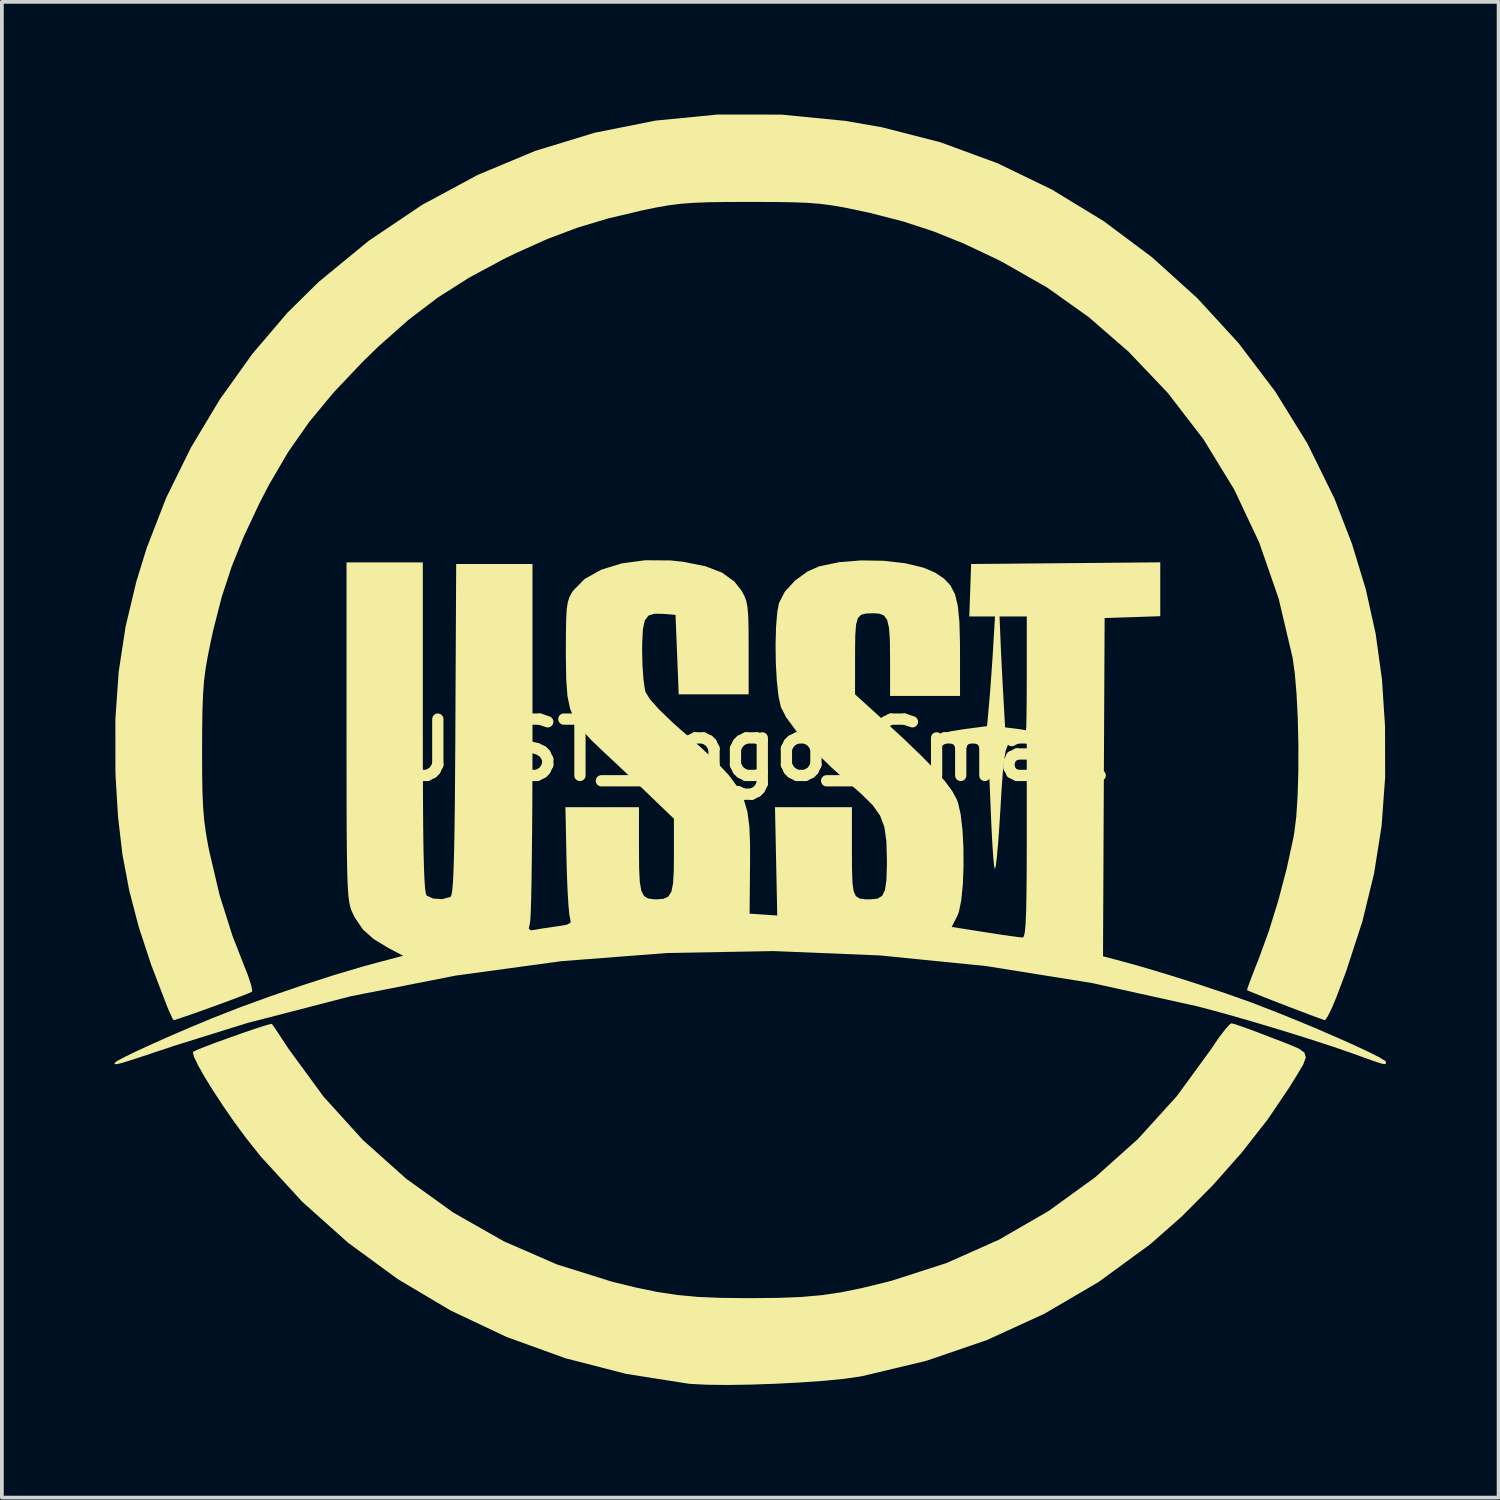
<source format=kicad_pcb>
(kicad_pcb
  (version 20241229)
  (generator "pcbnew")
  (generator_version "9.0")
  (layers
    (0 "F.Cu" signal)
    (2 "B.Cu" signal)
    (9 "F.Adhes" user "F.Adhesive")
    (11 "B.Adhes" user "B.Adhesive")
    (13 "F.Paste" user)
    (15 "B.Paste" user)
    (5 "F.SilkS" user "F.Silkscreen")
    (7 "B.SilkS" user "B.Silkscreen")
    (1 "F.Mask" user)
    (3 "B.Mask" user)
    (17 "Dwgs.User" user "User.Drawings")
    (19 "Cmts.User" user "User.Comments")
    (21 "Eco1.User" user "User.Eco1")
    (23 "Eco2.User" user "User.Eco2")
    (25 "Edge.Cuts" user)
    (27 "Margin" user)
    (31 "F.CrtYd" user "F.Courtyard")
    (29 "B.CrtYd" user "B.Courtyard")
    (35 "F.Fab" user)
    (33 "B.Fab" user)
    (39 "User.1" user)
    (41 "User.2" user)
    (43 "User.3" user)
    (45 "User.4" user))
  (footprint "USST_logo_Small"
    (layer "F.Cu")
    (at 16.933 16.926)
    (property "Reference" "USST_logo_Small" (at 0 0 0) (layer "F.SilkS") (effects (font (size 1.5 1.5) (thickness 0.3))))
    (attr board_only exclude_from_pos_files exclude_from_bom)
    (fp_poly (pts (xy 12.928 7.31) (xy 13.163 7.391) (xy 13.488 7.51) (xy 13.87 7.657) (xy 13.905 7.67) (xy 14.327 7.833) (xy 14.608 7.952) (xy 14.762 8.061) (xy 14.799 8.192) (xy 14.73 8.378) (xy 14.568 8.651) (xy 14.368 8.975) (xy 13.789 9.834) (xy 13.093 10.723) (xy 12.317 11.6) (xy 11.498 12.423) (xy 10.672 13.151) (xy 10.637 13.179) (xy 9.278 14.172) (xy 7.834 15.018) (xy 6.306 15.717) (xy 4.694 16.27) (xy 3 16.675) (xy 2.927 16.689) (xy 2.516 16.748) (xy 1.98 16.802) (xy 1.36 16.846) (xy 0.696 16.881) (xy 0.03 16.904) (xy -0.599 16.914) (xy -1.149 16.908) (xy -1.581 16.886) (xy -1.651 16.879) (xy -3.309 16.618) (xy -4.924 16.202) (xy -6.484 15.638) (xy -7.978 14.932) (xy -9.392 14.092) (xy -10.714 13.124) (xy -11.933 12.034) (xy -13.036 10.831) (xy -13.437 10.326) (xy -13.738 9.917) (xy -14.03 9.496) (xy -14.299 9.087) (xy -14.53 8.714) (xy -14.707 8.401) (xy -14.817 8.172) (xy -14.845 8.051) (xy -14.839 8.041) (xy -14.736 7.99) (xy -14.515 7.901) (xy -14.214 7.787) (xy -13.868 7.662) (xy -13.515 7.537) (xy -13.19 7.427) (xy -12.93 7.343) (xy -12.772 7.299) (xy -12.741 7.297) (xy -12.685 7.376) (xy -12.559 7.563) (xy -12.386 7.825) (xy -12.297 7.96) (xy -11.365 9.234) (xy -10.316 10.391) (xy -9.161 11.423) (xy -7.908 12.323) (xy -6.568 13.085) (xy -5.15 13.703) (xy -3.683 14.163) (xy -3.037 14.321) (xy -2.474 14.437) (xy -1.946 14.517) (xy -1.402 14.568) (xy -0.793 14.594) (xy -0.069 14.602) (xy 0 14.602) (xy 0.734 14.595) (xy 1.35 14.571) (xy 1.896 14.523) (xy 2.422 14.446) (xy 2.978 14.332) (xy 3.614 14.177) (xy 3.768 14.137) (xy 5.222 13.669) (xy 6.619 13.048) (xy 7.945 12.282) (xy 9.187 11.383) (xy 10.331 10.359) (xy 11.363 9.221) (xy 12.27 7.978) (xy 12.271 7.976) (xy 12.472 7.679) (xy 12.649 7.446) (xy 12.775 7.307) (xy 12.817 7.281)) (stroke (width 0) (type solid)) (fill yes) (layer "F.SilkS"))
    (fp_poly (pts (xy 0.826 -16.924) (xy 2.532 -16.756) (xy 3.509 -16.586) (xy 5.074 -16.184) (xy 6.586 -15.628) (xy 8.036 -14.926) (xy 9.413 -14.087) (xy 10.706 -13.121) (xy 11.906 -12.036) (xy 13.002 -10.843) (xy 13.983 -9.549) (xy 14.84 -8.165) (xy 15.561 -6.699) (xy 16.03 -5.486) (xy 16.397 -4.279) (xy 16.659 -3.097) (xy 16.827 -1.881) (xy 16.909 -0.631) (xy 16.912 0.73) (xy 16.817 2.024) (xy 16.617 3.291) (xy 16.305 4.569) (xy 15.873 5.897) (xy 15.614 6.583) (xy 15.493 6.872) (xy 15.387 7.088) (xy 15.316 7.193) (xy 15.307 7.197) (xy 15.216 7.168) (xy 15.005 7.091) (xy 14.71 6.98) (xy 14.368 6.849) (xy 14.015 6.713) (xy 13.689 6.585) (xy 13.427 6.48) (xy 13.265 6.412) (xy 13.232 6.396) (xy 13.255 6.318) (xy 13.329 6.116) (xy 13.442 5.822) (xy 13.553 5.542) (xy 13.813 4.829) (xy 14.064 4.017) (xy 14.286 3.175) (xy 14.461 2.373) (xy 14.492 2.201) (xy 14.546 1.765) (xy 14.581 1.203) (xy 14.6 0.555) (xy 14.601 -0.135) (xy 14.585 -0.826) (xy 14.553 -1.477) (xy 14.505 -2.044) (xy 14.447 -2.455) (xy 14.076 -4.03) (xy 13.557 -5.526) (xy 12.89 -6.94) (xy 12.078 -8.268) (xy 11.124 -9.508) (xy 10.076 -10.609) (xy 9.017 -11.529) (xy 7.912 -12.315) (xy 6.71 -13.001) (xy 6.562 -13.076) (xy 5.688 -13.488) (xy 4.88 -13.814) (xy 4.072 -14.078) (xy 3.2 -14.302) (xy 2.887 -14.37) (xy 2.51 -14.448) (xy 2.181 -14.505) (xy 1.866 -14.546) (xy 1.527 -14.573) (xy 1.129 -14.588) (xy 0.634 -14.596) (xy 0.007 -14.597) (xy 0 -14.597) (xy -0.629 -14.596) (xy -1.124 -14.589) (xy -1.524 -14.573) (xy -1.863 -14.547) (xy -2.178 -14.506) (xy -2.506 -14.449) (xy -2.883 -14.371) (xy -2.887 -14.37) (xy -3.788 -14.157) (xy -4.605 -13.911) (xy -5.404 -13.61) (xy -6.247 -13.231) (xy -6.562 -13.078) (xy -7.482 -12.584) (xy -8.314 -12.056) (xy -9.102 -11.457) (xy -9.893 -10.757) (xy -10.331 -10.331) (xy -11.099 -9.52) (xy -11.748 -8.736) (xy -12.309 -7.933) (xy -12.817 -7.066) (xy -13.078 -6.562) (xy -13.488 -5.688) (xy -13.813 -4.882) (xy -14.076 -4.079) (xy -14.297 -3.216) (xy -14.37 -2.887) (xy -14.448 -2.502) (xy -14.507 -2.165) (xy -14.548 -1.84) (xy -14.574 -1.489) (xy -14.59 -1.073) (xy -14.598 -0.556) (xy -14.6 -0.042) (xy -14.599 0.6) (xy -14.591 1.109) (xy -14.573 1.523) (xy -14.543 1.879) (xy -14.498 2.212) (xy -14.437 2.561) (xy -14.409 2.698) (xy -14.134 3.866) (xy -13.793 4.945) (xy -13.499 5.698) (xy -13.376 6.011) (xy -13.294 6.262) (xy -13.265 6.415) (xy -13.272 6.44) (xy -13.364 6.482) (xy -13.579 6.566) (xy -13.878 6.678) (xy -14.225 6.806) (xy -14.581 6.934) (xy -14.909 7.05) (xy -15.172 7.14) (xy -15.331 7.191) (xy -15.36 7.197) (xy -15.402 7.126) (xy -15.483 6.947) (xy -15.529 6.837) (xy -15.955 5.726) (xy -16.289 4.709) (xy -16.541 3.742) (xy -16.722 2.781) (xy -16.839 1.785) (xy -16.904 0.709) (xy -16.909 0.542) (xy -16.91 -0.819) (xy -16.822 -2.079) (xy -16.638 -3.285) (xy -16.352 -4.484) (xy -16.077 -5.376) (xy -15.554 -6.722) (xy -14.898 -8.053) (xy -14.128 -9.337) (xy -13.266 -10.544) (xy -12.331 -11.642) (xy -11.498 -12.464) (xy -10.155 -13.567) (xy -8.741 -14.518) (xy -7.263 -15.315) (xy -5.729 -15.956) (xy -4.145 -16.44) (xy -2.52 -16.764) (xy -0.86 -16.926)) (stroke (width 0) (type solid)) (fill yes) (layer "F.SilkS"))
    (fp_poly (pts (xy -2.119 -5.048) (xy -1.779 -5.011) (xy -1.194 -4.894) (xy -0.75 -4.723) (xy -0.425 -4.488) (xy -0.241 -4.257) (xy -0.163 -4.12) (xy -0.108 -3.98) (xy -0.073 -3.805) (xy -0.053 -3.561) (xy -0.044 -3.217) (xy -0.042 -2.737) (xy -0.042 -2.709) (xy -0.042 -1.482) (xy -0.974 -1.482) (xy -1.905 -1.482) (xy -1.947 -2.54) (xy -1.99 -3.598) (xy -2.313 -3.625) (xy -2.55 -3.629) (xy -2.71 -3.58) (xy -2.808 -3.45) (xy -2.859 -3.215) (xy -2.877 -2.848) (xy -2.879 -2.627) (xy -2.869 -2.238) (xy -2.844 -1.884) (xy -2.807 -1.62) (xy -2.787 -1.539) (xy -2.671 -1.351) (xy -2.431 -1.082) (xy -2.084 -0.747) (xy -1.869 -0.555) (xy -1.323 -0.075) (xy -0.895 0.325) (xy -0.57 0.671) (xy -0.334 0.989) (xy -0.174 1.307) (xy -0.074 1.651) (xy -0.022 2.048) (xy -0.004 2.524) (xy -0.005 3.026) (xy -0.017 4.36) (xy 0.351 4.385) (xy 0.72 4.41) (xy 0.69 2.967) (xy 0.66 1.524) (xy 1.685 1.524) (xy 2.709 1.524) (xy 2.709 2.7) (xy 2.711 3.19) (xy 2.723 3.535) (xy 2.754 3.761) (xy 2.814 3.894) (xy 2.914 3.958) (xy 3.063 3.978) (xy 3.207 3.979) (xy 3.39 3.961) (xy 3.514 3.887) (xy 3.589 3.731) (xy 3.628 3.467) (xy 3.64 3.068) (xy 3.641 2.938) (xy 3.627 2.435) (xy 3.574 2.054) (xy 3.459 1.748) (xy 3.264 1.472) (xy 2.966 1.178) (xy 2.803 1.035) (xy 2.169 0.471) (xy 1.644 -0.042) (xy 1.236 -0.493) (xy 0.954 -0.874) (xy 0.816 -1.146) (xy 0.754 -1.43) (xy 0.709 -1.834) (xy 0.682 -2.31) (xy 0.675 -2.807) (xy 0.688 -3.279) (xy 0.721 -3.676) (xy 0.765 -3.912) (xy 0.921 -4.215) (xy 1.192 -4.511) (xy 1.53 -4.756) (xy 1.841 -4.892) (xy 2.366 -5.001) (xy 2.954 -5.049) (xy 3.556 -5.039) (xy 4.127 -4.974) (xy 4.619 -4.855) (xy 4.916 -4.728) (xy 5.154 -4.571) (xy 5.33 -4.388) (xy 5.453 -4.152) (xy 5.53 -3.836) (xy 5.572 -3.412) (xy 5.587 -2.855) (xy 5.588 -2.677) (xy 5.588 -1.439) (xy 4.657 -1.439) (xy 3.725 -1.439) (xy 3.725 -2.438) (xy 3.72 -2.914) (xy 3.698 -3.246) (xy 3.649 -3.459) (xy 3.566 -3.579) (xy 3.438 -3.631) (xy 3.292 -3.641) (xy 3.091 -3.635) (xy 2.953 -3.6) (xy 2.866 -3.509) (xy 2.819 -3.336) (xy 2.798 -3.053) (xy 2.793 -2.634) (xy 2.793 -2.51) (xy 2.792 -1.482) (xy 3.491 -0.847) (xy 4.085 -0.3) (xy 4.558 0.155) (xy 4.925 0.531) (xy 5.196 0.843) (xy 5.386 1.103) (xy 5.506 1.327) (xy 5.534 1.402) (xy 5.605 1.711) (xy 5.653 2.125) (xy 5.679 2.603) (xy 5.682 3.103) (xy 5.663 3.582) (xy 5.622 3.998) (xy 5.559 4.309) (xy 5.52 4.413) (xy 5.366 4.714) (xy 6.26 4.855) (xy 6.638 4.914) (xy 6.958 4.96) (xy 7.181 4.989) (xy 7.26 4.996) (xy 7.291 4.96) (xy 7.316 4.842) (xy 7.335 4.628) (xy 7.349 4.305) (xy 7.358 3.857) (xy 7.364 3.272) (xy 7.366 2.534) (xy 7.366 2.371) (xy 7.366 -0.254) (xy 7.176 -0.253) (xy 7.041 -0.245) (xy 6.938 -0.211) (xy 6.861 -0.128) (xy 6.804 0.023) (xy 6.761 0.266) (xy 6.726 0.62) (xy 6.692 1.106) (xy 6.666 1.549) (xy 6.634 2.055) (xy 6.602 2.495) (xy 6.57 2.845) (xy 6.542 3.079) (xy 6.519 3.173) (xy 6.516 3.173) (xy 6.496 3.082) (xy 6.473 2.848) (xy 6.449 2.498) (xy 6.426 2.058) (xy 6.404 1.555) (xy 6.403 1.509) (xy 6.375 0.862) (xy 6.344 0.376) (xy 6.309 0.045) (xy 6.27 -0.14) (xy 6.242 -0.184) (xy 6.105 -0.229) (xy 5.862 -0.276) (xy 5.673 -0.303) (xy 5.336 -0.353) (xy 5.167 -0.4) (xy 5.168 -0.447) (xy 5.338 -0.496) (xy 5.673 -0.55) (xy 6.308 -0.635) (xy 6.362 -1.228) (xy 6.392 -1.585) (xy 6.425 -2.035) (xy 6.457 -2.502) (xy 6.468 -2.688) (xy 6.52 -3.556) (xy 6.641 -3.556) (xy 6.666 -2.942) (xy 6.682 -2.573) (xy 6.705 -2.114) (xy 6.73 -1.643) (xy 6.74 -1.465) (xy 6.789 -0.602) (xy 7.056 -0.569) (xy 7.247 -0.542) (xy 7.344 -0.522) (xy 7.345 -0.522) (xy 7.352 -0.597) (xy 7.357 -0.816) (xy 7.362 -1.151) (xy 7.365 -1.576) (xy 7.366 -2.032) (xy 7.366 -3.556) (xy 7.003 -3.556) (xy 6.641 -3.556) (xy 6.52 -3.556) (xy 6.178 -3.556) (xy 5.835 -3.556) (xy 5.86 -4.255) (xy 5.884 -4.953) (xy 8.403 -4.975) (xy 10.922 -4.998) (xy 10.922 -4.28) (xy 10.922 -3.563) (xy 10.181 -3.538) (xy 9.44 -3.514) (xy 9.418 0.991) (xy 9.397 5.496) (xy 9.757 5.59) (xy 10.399 5.767) (xy 11.136 5.987) (xy 11.91 6.232) (xy 12.659 6.482) (xy 13.322 6.717) (xy 13.504 6.786) (xy 14.039 6.994) (xy 14.588 7.216) (xy 15.128 7.442) (xy 15.636 7.662) (xy 16.091 7.865) (xy 16.469 8.042) (xy 16.749 8.182) (xy 16.906 8.277) (xy 16.933 8.306) (xy 16.932 8.349) (xy 16.908 8.369) (xy 16.834 8.359) (xy 16.682 8.312) (xy 16.424 8.221) (xy 16.071 8.093) (xy 15.518 7.902) (xy 14.851 7.685) (xy 14.118 7.457) (xy 13.371 7.233) (xy 12.657 7.029) (xy 12.028 6.859) (xy 11.895 6.825) (xy 9.097 6.207) (xy 6.282 5.756) (xy 3.456 5.473) (xy 0.624 5.357) (xy -2.207 5.408) (xy -5.031 5.626) (xy -7.844 6.01) (xy -10.639 6.56) (xy -13.41 7.277) (xy -15.342 7.88) (xy -15.885 8.061) (xy -16.287 8.195) (xy -16.571 8.286) (xy -16.757 8.342) (xy -16.865 8.367) (xy -16.916 8.369) (xy -16.932 8.352) (xy -16.933 8.339) (xy -16.859 8.282) (xy -16.65 8.171) (xy -16.33 8.016) (xy -15.92 7.828) (xy -15.444 7.616) (xy -14.923 7.392) (xy -14.381 7.166) (xy -14.328 7.144) (xy -13.605 6.861) (xy -12.79 6.564) (xy -11.937 6.271) (xy -11.1 6.001) (xy -10.335 5.773) (xy -9.977 5.675) (xy -9.244 5.482) (xy -9.639 5.274) (xy -10.036 5.033) (xy -10.317 4.781) (xy -10.528 4.47) (xy -10.583 4.362) (xy -10.62 4.279) (xy -10.651 4.188) (xy -10.677 4.075) (xy -10.699 3.925) (xy -10.715 3.723) (xy -10.728 3.455) (xy -10.738 3.107) (xy -10.744 2.664) (xy -10.749 2.111) (xy -10.751 1.435) (xy -10.752 0.62) (xy -10.753 -0.347) (xy -10.753 -0.492) (xy -10.753 -4.995) (xy -9.737 -4.995) (xy -8.721 -4.995) (xy -8.721 -0.61) (xy -8.72 0.432) (xy -8.716 1.314) (xy -8.711 2.047) (xy -8.703 2.641) (xy -8.691 3.106) (xy -8.677 3.453) (xy -8.66 3.691) (xy -8.639 3.83) (xy -8.619 3.878) (xy -8.444 3.958) (xy -8.204 3.973) (xy -7.994 3.918) (xy -7.981 3.91) (xy -7.956 3.857) (xy -7.935 3.723) (xy -7.916 3.497) (xy -7.901 3.169) (xy -7.888 2.729) (xy -7.877 2.164) (xy -7.868 1.464) (xy -7.861 0.618) (xy -7.854 -0.385) (xy -7.854 -0.555) (xy -7.832 -4.953) (xy -6.816 -4.953) (xy -5.8 -4.953) (xy -5.8 -0.296) (xy -5.801 0.583) (xy -5.804 1.417) (xy -5.81 2.188) (xy -5.817 2.881) (xy -5.825 3.479) (xy -5.835 3.967) (xy -5.846 4.327) (xy -5.858 4.543) (xy -5.865 4.595) (xy -5.898 4.759) (xy -5.844 4.805) (xy -5.738 4.79) (xy -5.538 4.755) (xy -5.258 4.714) (xy -5.137 4.697) (xy -4.894 4.657) (xy -4.788 4.605) (xy -4.786 4.525) (xy -4.796 4.502) (xy -4.82 4.373) (xy -4.844 4.106) (xy -4.866 3.733) (xy -4.884 3.285) (xy -4.893 2.942) (xy -4.922 1.524) (xy -3.943 1.524) (xy -2.963 1.524) (xy -2.963 2.65) (xy -2.959 3.152) (xy -2.942 3.51) (xy -2.902 3.746) (xy -2.832 3.887) (xy -2.722 3.956) (xy -2.565 3.978) (xy -2.498 3.979) (xy -2.312 3.966) (xy -2.183 3.907) (xy -2.101 3.778) (xy -2.055 3.553) (xy -2.036 3.206) (xy -2.032 2.805) (xy -2.032 1.833) (xy -2.609 1.277) (xy -2.935 0.964) (xy -3.322 0.597) (xy -3.707 0.235) (xy -3.869 0.085) (xy -4.225 -0.255) (xy -4.489 -0.54) (xy -4.675 -0.808) (xy -4.796 -1.092) (xy -4.867 -1.428) (xy -4.9 -1.852) (xy -4.91 -2.398) (xy -4.911 -2.609) (xy -4.909 -3.12) (xy -4.902 -3.491) (xy -4.887 -3.754) (xy -4.858 -3.938) (xy -4.814 -4.074) (xy -4.75 -4.192) (xy -4.717 -4.242) (xy -4.409 -4.556) (xy -3.969 -4.801) (xy -3.424 -4.969) (xy -2.798 -5.053)) (stroke (width 0) (type solid)) (fill yes) (layer "F.SilkS")))
  (gr_rect
    (start -3 -3)
    (end 36.867 36.84)
    (stroke (width 0.1) (type default))
    (fill no)
    (layer "Edge.Cuts")))
</source>
